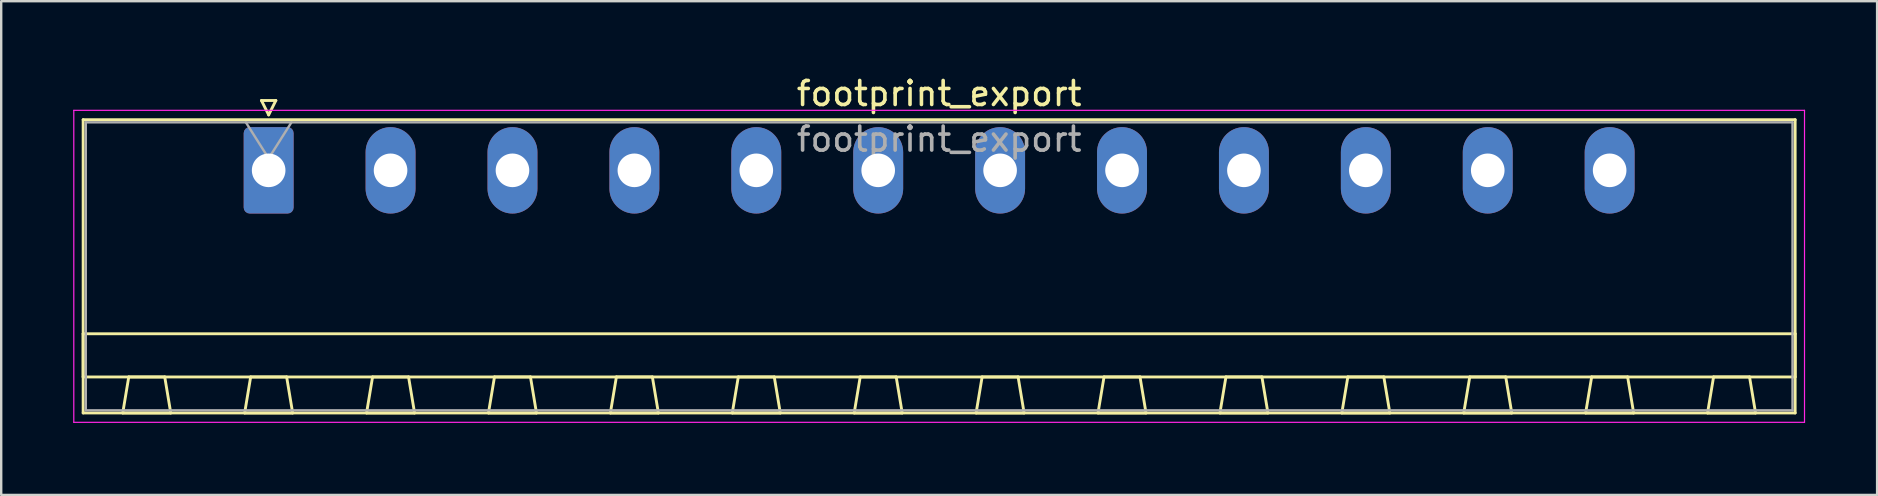
<source format=kicad_pcb>
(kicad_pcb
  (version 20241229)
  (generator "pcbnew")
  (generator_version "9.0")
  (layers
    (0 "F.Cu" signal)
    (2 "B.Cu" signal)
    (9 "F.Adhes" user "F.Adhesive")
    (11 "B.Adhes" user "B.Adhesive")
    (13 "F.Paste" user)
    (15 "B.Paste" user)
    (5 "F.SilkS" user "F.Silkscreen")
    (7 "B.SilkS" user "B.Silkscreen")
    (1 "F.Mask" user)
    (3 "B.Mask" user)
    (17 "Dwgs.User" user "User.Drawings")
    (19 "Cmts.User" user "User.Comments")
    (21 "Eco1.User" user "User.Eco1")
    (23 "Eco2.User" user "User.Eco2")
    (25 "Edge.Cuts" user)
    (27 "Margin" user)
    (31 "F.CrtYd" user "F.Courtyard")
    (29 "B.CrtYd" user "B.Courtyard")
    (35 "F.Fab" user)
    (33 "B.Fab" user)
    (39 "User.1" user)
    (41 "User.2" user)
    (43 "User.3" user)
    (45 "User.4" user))
  (footprint "footprint_export"
    (layer "F.Cu")
    (at 8.145 4.048)
    (property "Reference" "footprint_export" (at 27.94 -3.2 0) (layer "F.SilkS") (effects (font (size 1 1) (thickness 0.15))))
    (attr through_hole)
    (fp_line (start -7.73 -2.11) (end -7.73 10.11) (stroke (width 0.12) (type solid)) (layer "F.SilkS"))
    (fp_line (start -7.73 6.81) (end 63.61 6.81) (stroke (width 0.12) (type solid)) (layer "F.SilkS"))
    (fp_line (start -7.73 8.61) (end -7.73 6.81) (stroke (width 0.12) (type solid)) (layer "F.SilkS"))
    (fp_line (start -7.73 10.11) (end 63.61 10.11) (stroke (width 0.12) (type solid)) (layer "F.SilkS"))
    (fp_line (start -6.08 10.11) (end -4.08 10.11) (stroke (width 0.12) (type solid)) (layer "F.SilkS"))
    (fp_line (start -5.83 8.61) (end -6.08 10.11) (stroke (width 0.12) (type solid)) (layer "F.SilkS"))
    (fp_line (start -4.33 8.61) (end -5.83 8.61) (stroke (width 0.12) (type solid)) (layer "F.SilkS"))
    (fp_line (start -4.08 10.11) (end -4.33 8.61) (stroke (width 0.12) (type solid)) (layer "F.SilkS"))
    (fp_line (start -1 10.11) (end 1 10.11) (stroke (width 0.12) (type solid)) (layer "F.SilkS"))
    (fp_line (start -0.75 8.61) (end -1 10.11) (stroke (width 0.12) (type solid)) (layer "F.SilkS"))
    (fp_line (start -0.3 -2.91) (end 0.3 -2.91) (stroke (width 0.12) (type solid)) (layer "F.SilkS"))
    (fp_line (start 0 -2.31) (end -0.3 -2.91) (stroke (width 0.12) (type solid)) (layer "F.SilkS"))
    (fp_line (start 0.3 -2.91) (end 0 -2.31) (stroke (width 0.12) (type solid)) (layer "F.SilkS"))
    (fp_line (start 0.75 8.61) (end -0.75 8.61) (stroke (width 0.12) (type solid)) (layer "F.SilkS"))
    (fp_line (start 1 10.11) (end 0.75 8.61) (stroke (width 0.12) (type solid)) (layer "F.SilkS"))
    (fp_line (start 4.08 10.11) (end 6.08 10.11) (stroke (width 0.12) (type solid)) (layer "F.SilkS"))
    (fp_line (start 4.33 8.61) (end 4.08 10.11) (stroke (width 0.12) (type solid)) (layer "F.SilkS"))
    (fp_line (start 5.83 8.61) (end 4.33 8.61) (stroke (width 0.12) (type solid)) (layer "F.SilkS"))
    (fp_line (start 6.08 10.11) (end 5.83 8.61) (stroke (width 0.12) (type solid)) (layer "F.SilkS"))
    (fp_line (start 9.16 10.11) (end 11.16 10.11) (stroke (width 0.12) (type solid)) (layer "F.SilkS"))
    (fp_line (start 9.41 8.61) (end 9.16 10.11) (stroke (width 0.12) (type solid)) (layer "F.SilkS"))
    (fp_line (start 10.91 8.61) (end 9.41 8.61) (stroke (width 0.12) (type solid)) (layer "F.SilkS"))
    (fp_line (start 11.16 10.11) (end 10.91 8.61) (stroke (width 0.12) (type solid)) (layer "F.SilkS"))
    (fp_line (start 14.24 10.11) (end 16.24 10.11) (stroke (width 0.12) (type solid)) (layer "F.SilkS"))
    (fp_line (start 14.49 8.61) (end 14.24 10.11) (stroke (width 0.12) (type solid)) (layer "F.SilkS"))
    (fp_line (start 15.99 8.61) (end 14.49 8.61) (stroke (width 0.12) (type solid)) (layer "F.SilkS"))
    (fp_line (start 16.24 10.11) (end 15.99 8.61) (stroke (width 0.12) (type solid)) (layer "F.SilkS"))
    (fp_line (start 19.32 10.11) (end 21.32 10.11) (stroke (width 0.12) (type solid)) (layer "F.SilkS"))
    (fp_line (start 19.57 8.61) (end 19.32 10.11) (stroke (width 0.12) (type solid)) (layer "F.SilkS"))
    (fp_line (start 21.07 8.61) (end 19.57 8.61) (stroke (width 0.12) (type solid)) (layer "F.SilkS"))
    (fp_line (start 21.32 10.11) (end 21.07 8.61) (stroke (width 0.12) (type solid)) (layer "F.SilkS"))
    (fp_line (start 24.4 10.11) (end 26.4 10.11) (stroke (width 0.12) (type solid)) (layer "F.SilkS"))
    (fp_line (start 24.65 8.61) (end 24.4 10.11) (stroke (width 0.12) (type solid)) (layer "F.SilkS"))
    (fp_line (start 26.15 8.61) (end 24.65 8.61) (stroke (width 0.12) (type solid)) (layer "F.SilkS"))
    (fp_line (start 26.4 10.11) (end 26.15 8.61) (stroke (width 0.12) (type solid)) (layer "F.SilkS"))
    (fp_line (start 29.48 10.11) (end 31.48 10.11) (stroke (width 0.12) (type solid)) (layer "F.SilkS"))
    (fp_line (start 29.73 8.61) (end 29.48 10.11) (stroke (width 0.12) (type solid)) (layer "F.SilkS"))
    (fp_line (start 31.23 8.61) (end 29.73 8.61) (stroke (width 0.12) (type solid)) (layer "F.SilkS"))
    (fp_line (start 31.48 10.11) (end 31.23 8.61) (stroke (width 0.12) (type solid)) (layer "F.SilkS"))
    (fp_line (start 34.56 10.11) (end 36.56 10.11) (stroke (width 0.12) (type solid)) (layer "F.SilkS"))
    (fp_line (start 34.81 8.61) (end 34.56 10.11) (stroke (width 0.12) (type solid)) (layer "F.SilkS"))
    (fp_line (start 36.31 8.61) (end 34.81 8.61) (stroke (width 0.12) (type solid)) (layer "F.SilkS"))
    (fp_line (start 36.56 10.11) (end 36.31 8.61) (stroke (width 0.12) (type solid)) (layer "F.SilkS"))
    (fp_line (start 39.64 10.11) (end 41.64 10.11) (stroke (width 0.12) (type solid)) (layer "F.SilkS"))
    (fp_line (start 39.89 8.61) (end 39.64 10.11) (stroke (width 0.12) (type solid)) (layer "F.SilkS"))
    (fp_line (start 41.39 8.61) (end 39.89 8.61) (stroke (width 0.12) (type solid)) (layer "F.SilkS"))
    (fp_line (start 41.64 10.11) (end 41.39 8.61) (stroke (width 0.12) (type solid)) (layer "F.SilkS"))
    (fp_line (start 44.72 10.11) (end 46.72 10.11) (stroke (width 0.12) (type solid)) (layer "F.SilkS"))
    (fp_line (start 44.97 8.61) (end 44.72 10.11) (stroke (width 0.12) (type solid)) (layer "F.SilkS"))
    (fp_line (start 46.47 8.61) (end 44.97 8.61) (stroke (width 0.12) (type solid)) (layer "F.SilkS"))
    (fp_line (start 46.72 10.11) (end 46.47 8.61) (stroke (width 0.12) (type solid)) (layer "F.SilkS"))
    (fp_line (start 49.8 10.11) (end 51.8 10.11) (stroke (width 0.12) (type solid)) (layer "F.SilkS"))
    (fp_line (start 50.05 8.61) (end 49.8 10.11) (stroke (width 0.12) (type solid)) (layer "F.SilkS"))
    (fp_line (start 51.55 8.61) (end 50.05 8.61) (stroke (width 0.12) (type solid)) (layer "F.SilkS"))
    (fp_line (start 51.8 10.11) (end 51.55 8.61) (stroke (width 0.12) (type solid)) (layer "F.SilkS"))
    (fp_line (start 54.88 10.11) (end 56.88 10.11) (stroke (width 0.12) (type solid)) (layer "F.SilkS"))
    (fp_line (start 55.13 8.61) (end 54.88 10.11) (stroke (width 0.12) (type solid)) (layer "F.SilkS"))
    (fp_line (start 56.63 8.61) (end 55.13 8.61) (stroke (width 0.12) (type solid)) (layer "F.SilkS"))
    (fp_line (start 56.88 10.11) (end 56.63 8.61) (stroke (width 0.12) (type solid)) (layer "F.SilkS"))
    (fp_line (start 59.96 10.11) (end 61.96 10.11) (stroke (width 0.12) (type solid)) (layer "F.SilkS"))
    (fp_line (start 60.21 8.61) (end 59.96 10.11) (stroke (width 0.12) (type solid)) (layer "F.SilkS"))
    (fp_line (start 61.71 8.61) (end 60.21 8.61) (stroke (width 0.12) (type solid)) (layer "F.SilkS"))
    (fp_line (start 61.96 10.11) (end 61.71 8.61) (stroke (width 0.12) (type solid)) (layer "F.SilkS"))
    (fp_line (start 63.61 -2.11) (end -7.73 -2.11) (stroke (width 0.12) (type solid)) (layer "F.SilkS"))
    (fp_line (start 63.61 6.81) (end 63.61 8.61) (stroke (width 0.12) (type solid)) (layer "F.SilkS"))
    (fp_line (start 63.61 8.61) (end -7.73 8.61) (stroke (width 0.12) (type solid)) (layer "F.SilkS"))
    (fp_line (start 63.61 10.11) (end 63.61 -2.11) (stroke (width 0.12) (type solid)) (layer "F.SilkS"))
    (fp_line (start -8.12 -2.5) (end -8.12 10.5) (stroke (width 0.05) (type solid)) (layer "F.CrtYd"))
    (fp_line (start -8.12 10.5) (end 64 10.5) (stroke (width 0.05) (type solid)) (layer "F.CrtYd"))
    (fp_line (start 64 -2.5) (end -8.12 -2.5) (stroke (width 0.05) (type solid)) (layer "F.CrtYd"))
    (fp_line (start 64 10.5) (end 64 -2.5) (stroke (width 0.05) (type solid)) (layer "F.CrtYd"))
    (fp_line (start -7.62 -2) (end -7.62 10) (stroke (width 0.1) (type solid)) (layer "F.Fab"))
    (fp_line (start -7.62 10) (end 63.5 10) (stroke (width 0.1) (type solid)) (layer "F.Fab"))
    (fp_line (start 0 -0.5) (end -0.95 -2) (stroke (width 0.1) (type solid)) (layer "F.Fab"))
    (fp_line (start 0.95 -2) (end 0 -0.5) (stroke (width 0.1) (type solid)) (layer "F.Fab"))
    (fp_line (start 63.5 -2) (end -7.62 -2) (stroke (width 0.1) (type solid)) (layer "F.Fab"))
    (fp_line (start 63.5 10) (end 63.5 -2) (stroke (width 0.1) (type solid)) (layer "F.Fab"))
    (fp_text user "${REFERENCE}" (at 27.94 -1.3 0) (layer "F.Fab") (effects (font (size 1 1) (thickness 0.15))))
    (pad "1" thru_hole roundrect (at 0 0) (size 2.08 3.6) (drill 1.4) (layers "*.Cu" "*.Mask") (roundrect_rratio 0.12))
    (pad "2" thru_hole oval (at 5.08 0) (size 2.08 3.6) (drill 1.4) (layers "*.Cu" "*.Mask"))
    (pad "3" thru_hole oval (at 10.16 0) (size 2.08 3.6) (drill 1.4) (layers "*.Cu" "*.Mask"))
    (pad "4" thru_hole oval (at 15.24 0) (size 2.08 3.6) (drill 1.4) (layers "*.Cu" "*.Mask"))
    (pad "5" thru_hole oval (at 20.32 0) (size 2.08 3.6) (drill 1.4) (layers "*.Cu" "*.Mask"))
    (pad "6" thru_hole oval (at 25.4 0) (size 2.08 3.6) (drill 1.4) (layers "*.Cu" "*.Mask"))
    (pad "7" thru_hole oval (at 30.48 0) (size 2.08 3.6) (drill 1.4) (layers "*.Cu" "*.Mask"))
    (pad "8" thru_hole oval (at 35.56 0) (size 2.08 3.6) (drill 1.4) (layers "*.Cu" "*.Mask"))
    (pad "9" thru_hole oval (at 40.64 0) (size 2.08 3.6) (drill 1.4) (layers "*.Cu" "*.Mask"))
    (pad "10" thru_hole oval (at 45.72 0) (size 2.08 3.6) (drill 1.4) (layers "*.Cu" "*.Mask"))
    (pad "11" thru_hole oval (at 50.8 0) (size 2.08 3.6) (drill 1.4) (layers "*.Cu" "*.Mask"))
    (pad "12" thru_hole oval (at 55.88 0) (size 2.08 3.6) (drill 1.4) (layers "*.Cu" "*.Mask")))
  (gr_rect
    (start -3 -3)
    (end 75.17 17.573)
    (stroke (width 0.1) (type default))
    (fill no)
    (layer "Edge.Cuts")))
</source>
